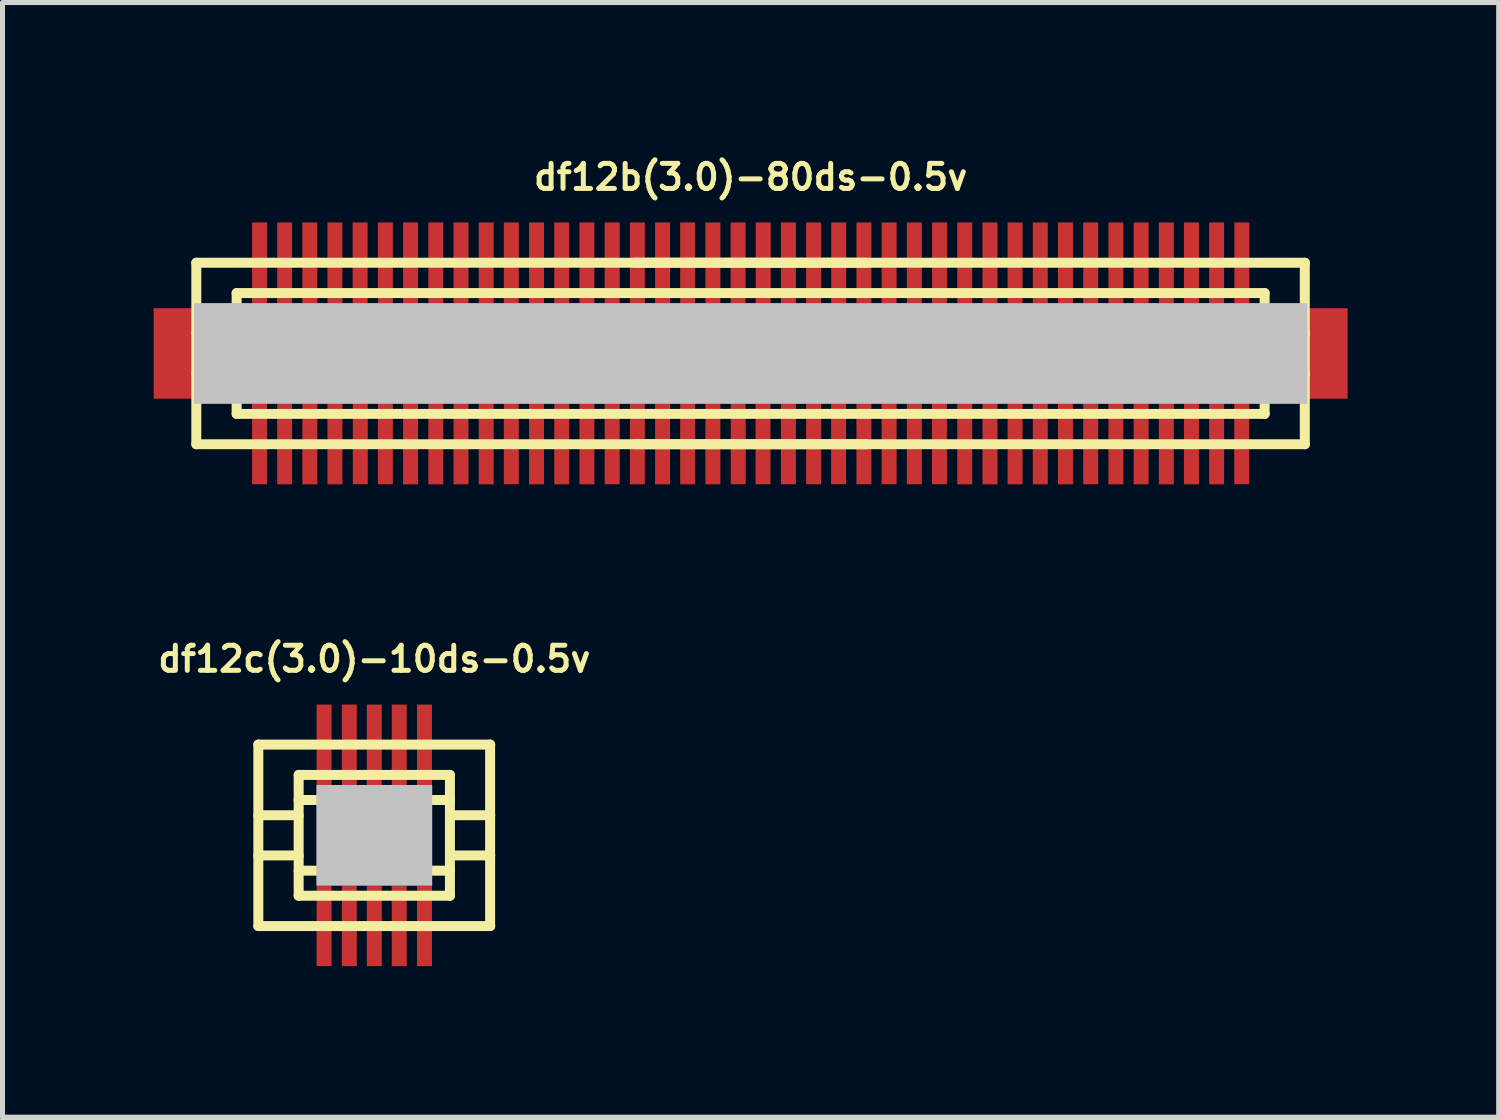
<source format=kicad_pcb>
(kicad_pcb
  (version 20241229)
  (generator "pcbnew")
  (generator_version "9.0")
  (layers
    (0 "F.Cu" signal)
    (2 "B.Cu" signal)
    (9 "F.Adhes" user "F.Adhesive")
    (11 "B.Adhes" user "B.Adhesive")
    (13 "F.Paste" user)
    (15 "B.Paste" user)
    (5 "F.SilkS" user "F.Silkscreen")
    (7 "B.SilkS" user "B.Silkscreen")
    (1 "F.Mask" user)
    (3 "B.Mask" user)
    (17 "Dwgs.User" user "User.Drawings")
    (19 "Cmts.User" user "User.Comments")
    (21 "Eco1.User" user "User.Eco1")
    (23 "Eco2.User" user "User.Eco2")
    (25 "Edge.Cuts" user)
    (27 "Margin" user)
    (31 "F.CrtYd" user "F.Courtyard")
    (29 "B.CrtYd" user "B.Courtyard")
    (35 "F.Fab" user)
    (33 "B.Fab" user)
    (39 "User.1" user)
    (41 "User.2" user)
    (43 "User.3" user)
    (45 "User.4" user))
  (footprint "df12b(3.0)-80ds-0.5v"
    (layer "F.Cu")
    (at 11.847 3.965)
    (property "Reference" "df12b(3.0)-80ds-0.5v" (at 0 -3.5 0) (layer "F.SilkS") (effects (font (size 0.498 0.498) (thickness 0.099))))
    (attr smd)
    (fp_line (start -11.001 -1.801) (end 11.001 -1.801) (stroke (width 0.198) (type solid)) (layer "F.SilkS"))
    (fp_line (start -11.001 1.801) (end -11.001 -1.801) (stroke (width 0.198) (type solid)) (layer "F.SilkS"))
    (fp_line (start -10.201 -0.399) (end -11.001 -0.399) (stroke (width 0.198) (type solid)) (layer "F.SilkS"))
    (fp_line (start -10.201 0.399) (end -11.001 0.399) (stroke (width 0.198) (type solid)) (layer "F.SilkS"))
    (fp_line (start -10.201 0.701) (end 10.201 0.701) (stroke (width 0.198) (type solid)) (layer "F.SilkS"))
    (fp_line (start -10.201 1.199) (end -10.201 -1.199) (stroke (width 0.198) (type solid)) (layer "F.SilkS"))
    (fp_line (start -10.201 1.199) (end 10.201 1.199) (stroke (width 0.198) (type solid)) (layer "F.SilkS"))
    (fp_line (start -2.301 -1.801) (end 2.301 -1.801) (stroke (width 0.198) (type solid)) (layer "F.SilkS"))
    (fp_line (start 2.301 1.801) (end -2.301 1.801) (stroke (width 0.198) (type solid)) (layer "F.SilkS"))
    (fp_line (start 10.201 -1.199) (end -10.201 -1.199) (stroke (width 0.198) (type solid)) (layer "F.SilkS"))
    (fp_line (start 10.201 -1.199) (end 10.201 1.199) (stroke (width 0.198) (type solid)) (layer "F.SilkS"))
    (fp_line (start 10.201 -0.701) (end -10.201 -0.701) (stroke (width 0.198) (type solid)) (layer "F.SilkS"))
    (fp_line (start 10.201 -0.399) (end 11.001 -0.399) (stroke (width 0.198) (type solid)) (layer "F.SilkS"))
    (fp_line (start 10.998 -1.801) (end 10.998 1.801) (stroke (width 0.198) (type solid)) (layer "F.SilkS"))
    (fp_line (start 11.001 0.399) (end 10.201 0.399) (stroke (width 0.198) (type solid)) (layer "F.SilkS"))
    (fp_line (start 11.001 1.801) (end -11.001 1.801) (stroke (width 0.198) (type solid)) (layer "F.SilkS"))
    (pad "" smd rect (at -11.448 0) (size 0.798 1.796) (layers "F.Cu" "F.Mask" "F.Paste"))
    (pad "" smd rect (at 0 0) (size 22.098 1.999) (layers "Dwgs.User"))
    (pad "" smd rect (at 11.448 0) (size 0.798 1.796) (layers "F.Cu" "F.Mask" "F.Paste"))
    (pad "1" smd rect (at -9.746 1.796) (size 0.297 1.598) (layers "F.Cu" "F.Mask" "F.Paste"))
    (pad "2" smd rect (at -9.248 1.798) (size 0.297 1.598) (layers "F.Cu" "F.Mask" "F.Paste"))
    (pad "3" smd rect (at -8.748 1.798) (size 0.297 1.598) (layers "F.Cu" "F.Mask" "F.Paste"))
    (pad "4" smd rect (at -8.25 1.798) (size 0.297 1.598) (layers "F.Cu" "F.Mask" "F.Paste"))
    (pad "5" smd rect (at -7.747 1.796) (size 0.297 1.598) (layers "F.Cu" "F.Mask" "F.Paste"))
    (pad "6" smd rect (at -7.249 1.796) (size 0.297 1.598) (layers "F.Cu" "F.Mask" "F.Paste"))
    (pad "7" smd rect (at -6.749 1.798) (size 0.297 1.598) (layers "F.Cu" "F.Mask" "F.Paste"))
    (pad "8" smd rect (at -6.248 1.798) (size 0.297 1.598) (layers "F.Cu" "F.Mask" "F.Paste"))
    (pad "9" smd rect (at -5.748 1.798) (size 0.297 1.598) (layers "F.Cu" "F.Mask" "F.Paste"))
    (pad "10" smd rect (at -5.248 1.798) (size 0.297 1.598) (layers "F.Cu" "F.Mask" "F.Paste"))
    (pad "11" smd rect (at -4.75 1.796) (size 0.297 1.598) (layers "F.Cu" "F.Mask" "F.Paste"))
    (pad "12" smd rect (at -4.249 1.798) (size 0.297 1.598) (layers "F.Cu" "F.Mask" "F.Paste"))
    (pad "13" smd rect (at -3.749 1.798) (size 0.297 1.598) (layers "F.Cu" "F.Mask" "F.Paste"))
    (pad "14" smd rect (at -3.249 1.798) (size 0.297 1.598) (layers "F.Cu" "F.Mask" "F.Paste"))
    (pad "15" smd rect (at -2.748 1.796) (size 0.297 1.598) (layers "F.Cu" "F.Mask" "F.Paste"))
    (pad "16" smd rect (at -2.248 1.798) (size 0.297 1.598) (layers "F.Cu" "F.Mask" "F.Paste"))
    (pad "17" smd rect (at -1.748 1.798) (size 0.297 1.598) (layers "F.Cu" "F.Mask" "F.Paste"))
    (pad "18" smd rect (at -1.25 1.798) (size 0.297 1.598) (layers "F.Cu" "F.Mask" "F.Paste"))
    (pad "19" smd rect (at -0.749 1.798) (size 0.297 1.598) (layers "F.Cu" "F.Mask" "F.Paste"))
    (pad "20" smd rect (at -0.246 1.796) (size 0.297 1.598) (layers "F.Cu" "F.Mask" "F.Paste"))
    (pad "21" smd rect (at 0.246 1.796) (size 0.297 1.598) (layers "F.Cu" "F.Mask" "F.Paste"))
    (pad "22" smd rect (at 0.749 1.796) (size 0.297 1.598) (layers "F.Cu" "F.Mask" "F.Paste"))
    (pad "23" smd rect (at 1.25 1.796) (size 0.297 1.598) (layers "F.Cu" "F.Mask" "F.Paste"))
    (pad "24" smd rect (at 1.745 1.796) (size 0.297 1.598) (layers "F.Cu" "F.Mask" "F.Paste"))
    (pad "25" smd rect (at 2.248 1.796) (size 0.297 1.598) (layers "F.Cu" "F.Mask" "F.Paste"))
    (pad "26" smd rect (at 2.748 1.796) (size 0.297 1.598) (layers "F.Cu" "F.Mask" "F.Paste"))
    (pad "27" smd rect (at 3.249 1.796) (size 0.297 1.598) (layers "F.Cu" "F.Mask" "F.Paste"))
    (pad "28" smd rect (at 3.747 1.796) (size 0.297 1.598) (layers "F.Cu" "F.Mask" "F.Paste"))
    (pad "29" smd rect (at 4.249 1.798) (size 0.297 1.598) (layers "F.Cu" "F.Mask" "F.Paste"))
    (pad "30" smd rect (at 4.75 1.798) (size 0.297 1.598) (layers "F.Cu" "F.Mask" "F.Paste"))
    (pad "31" smd rect (at 5.248 1.798) (size 0.297 1.598) (layers "F.Cu" "F.Mask" "F.Paste"))
    (pad "32" smd rect (at 5.748 1.798) (size 0.297 1.598) (layers "F.Cu" "F.Mask" "F.Paste"))
    (pad "33" smd rect (at 6.248 1.798) (size 0.297 1.598) (layers "F.Cu" "F.Mask" "F.Paste"))
    (pad "34" smd rect (at 6.749 1.796) (size 0.297 1.598) (layers "F.Cu" "F.Mask" "F.Paste"))
    (pad "35" smd rect (at 7.249 1.798) (size 0.297 1.598) (layers "F.Cu" "F.Mask" "F.Paste"))
    (pad "36" smd rect (at 7.75 1.798) (size 0.297 1.598) (layers "F.Cu" "F.Mask" "F.Paste"))
    (pad "37" smd rect (at 8.25 1.798) (size 0.297 1.598) (layers "F.Cu" "F.Mask" "F.Paste"))
    (pad "38" smd rect (at 8.748 1.798) (size 0.297 1.598) (layers "F.Cu" "F.Mask" "F.Paste"))
    (pad "39" smd rect (at 9.248 1.798) (size 0.297 1.598) (layers "F.Cu" "F.Mask" "F.Paste"))
    (pad "40" smd rect (at 9.746 1.796) (size 0.297 1.598) (layers "F.Cu" "F.Mask" "F.Paste"))
    (pad "41" smd rect (at 9.749 -1.801) (size 0.297 1.598) (layers "F.Cu" "F.Mask" "F.Paste"))
    (pad "42" smd rect (at 9.248 -1.801) (size 0.297 1.598) (layers "F.Cu" "F.Mask" "F.Paste"))
    (pad "43" smd rect (at 8.748 -1.801) (size 0.297 1.598) (layers "F.Cu" "F.Mask" "F.Paste"))
    (pad "44" smd rect (at 8.25 -1.801) (size 0.297 1.598) (layers "F.Cu" "F.Mask" "F.Paste"))
    (pad "45" smd rect (at 7.75 -1.801) (size 0.297 1.598) (layers "F.Cu" "F.Mask" "F.Paste"))
    (pad "46" smd rect (at 7.249 -1.801) (size 0.297 1.598) (layers "F.Cu" "F.Mask" "F.Paste"))
    (pad "47" smd rect (at 6.749 -1.801) (size 0.297 1.598) (layers "F.Cu" "F.Mask" "F.Paste"))
    (pad "48" smd rect (at 6.248 -1.801) (size 0.297 1.598) (layers "F.Cu" "F.Mask" "F.Paste"))
    (pad "49" smd rect (at 5.748 -1.801) (size 0.297 1.598) (layers "F.Cu" "F.Mask" "F.Paste"))
    (pad "50" smd rect (at 5.248 -1.801) (size 0.297 1.598) (layers "F.Cu" "F.Mask" "F.Paste"))
    (pad "51" smd rect (at 4.75 -1.801) (size 0.297 1.598) (layers "F.Cu" "F.Mask" "F.Paste"))
    (pad "52" smd rect (at 4.249 -1.801) (size 0.297 1.598) (layers "F.Cu" "F.Mask" "F.Paste"))
    (pad "53" smd rect (at 3.749 -1.801) (size 0.297 1.598) (layers "F.Cu" "F.Mask" "F.Paste"))
    (pad "54" smd rect (at 3.249 -1.801) (size 0.297 1.598) (layers "F.Cu" "F.Mask" "F.Paste"))
    (pad "55" smd rect (at 2.748 -1.801) (size 0.297 1.598) (layers "F.Cu" "F.Mask" "F.Paste"))
    (pad "56" smd rect (at 2.248 -1.801) (size 0.297 1.598) (layers "F.Cu" "F.Mask" "F.Paste"))
    (pad "57" smd rect (at 1.748 -1.801) (size 0.297 1.598) (layers "F.Cu" "F.Mask" "F.Paste"))
    (pad "58" smd rect (at 1.25 -1.801) (size 0.297 1.598) (layers "F.Cu" "F.Mask" "F.Paste"))
    (pad "59" smd rect (at 0.749 -1.801) (size 0.297 1.598) (layers "F.Cu" "F.Mask" "F.Paste"))
    (pad "60" smd rect (at 0.249 -1.801) (size 0.297 1.598) (layers "F.Cu" "F.Mask" "F.Paste"))
    (pad "61" smd rect (at -0.249 -1.801) (size 0.297 1.598) (layers "F.Cu" "F.Mask" "F.Paste"))
    (pad "62" smd rect (at -0.749 -1.801) (size 0.297 1.598) (layers "F.Cu" "F.Mask" "F.Paste"))
    (pad "63" smd rect (at -1.25 -1.801) (size 0.297 1.598) (layers "F.Cu" "F.Mask" "F.Paste"))
    (pad "64" smd rect (at -1.748 -1.801) (size 0.297 1.598) (layers "F.Cu" "F.Mask" "F.Paste"))
    (pad "65" smd rect (at -2.248 -1.801) (size 0.297 1.598) (layers "F.Cu" "F.Mask" "F.Paste"))
    (pad "66" smd rect (at -2.748 -1.801) (size 0.297 1.598) (layers "F.Cu" "F.Mask" "F.Paste"))
    (pad "67" smd rect (at -3.249 -1.801) (size 0.297 1.598) (layers "F.Cu" "F.Mask" "F.Paste"))
    (pad "68" smd rect (at -3.749 -1.801) (size 0.297 1.598) (layers "F.Cu" "F.Mask" "F.Paste"))
    (pad "69" smd rect (at -4.249 -1.801) (size 0.297 1.598) (layers "F.Cu" "F.Mask" "F.Paste"))
    (pad "70" smd rect (at -4.75 -1.801) (size 0.297 1.598) (layers "F.Cu" "F.Mask" "F.Paste"))
    (pad "71" smd rect (at -5.248 -1.801) (size 0.297 1.598) (layers "F.Cu" "F.Mask" "F.Paste"))
    (pad "72" smd rect (at -5.748 -1.801) (size 0.297 1.598) (layers "F.Cu" "F.Mask" "F.Paste"))
    (pad "73" smd rect (at -6.248 -1.801) (size 0.297 1.598) (layers "F.Cu" "F.Mask" "F.Paste"))
    (pad "74" smd rect (at -6.749 -1.801) (size 0.297 1.598) (layers "F.Cu" "F.Mask" "F.Paste"))
    (pad "75" smd rect (at -7.249 -1.801) (size 0.297 1.598) (layers "F.Cu" "F.Mask" "F.Paste"))
    (pad "76" smd rect (at -7.75 -1.801) (size 0.297 1.598) (layers "F.Cu" "F.Mask" "F.Paste"))
    (pad "77" smd rect (at -8.25 -1.801) (size 0.297 1.598) (layers "F.Cu" "F.Mask" "F.Paste"))
    (pad "78" smd rect (at -8.748 -1.801) (size 0.297 1.598) (layers "F.Cu" "F.Mask" "F.Paste"))
    (pad "79" smd rect (at -9.248 -1.801) (size 0.297 1.598) (layers "F.Cu" "F.Mask" "F.Paste"))
    (pad "80" smd rect (at -9.746 -1.801) (size 0.297 1.598) (layers "F.Cu" "F.Mask" "F.Paste")))
  (footprint "df12c(3.0)-10ds-0.5v"
    (layer "F.Cu")
    (at 4.378 13.528)
    (property "Reference" "df12c(3.0)-10ds-0.5v" (at 0 -3.5 0) (layer "F.SilkS") (effects (font (size 0.498 0.498) (thickness 0.099))))
    (attr smd)
    (fp_line (start -2.301 -1.801) (end 2.301 -1.801) (stroke (width 0.198) (type solid)) (layer "F.SilkS"))
    (fp_line (start -2.301 1.801) (end -2.301 -1.801) (stroke (width 0.198) (type solid)) (layer "F.SilkS"))
    (fp_line (start -1.501 -1.199) (end 1.501 -1.199) (stroke (width 0.198) (type solid)) (layer "F.SilkS"))
    (fp_line (start -1.501 -0.701) (end 1.501 -0.701) (stroke (width 0.198) (type solid)) (layer "F.SilkS"))
    (fp_line (start -1.501 -0.399) (end -2.301 -0.399) (stroke (width 0.198) (type solid)) (layer "F.SilkS"))
    (fp_line (start -1.501 0.399) (end -2.301 0.399) (stroke (width 0.198) (type solid)) (layer "F.SilkS"))
    (fp_line (start -1.501 1.199) (end -1.501 -1.199) (stroke (width 0.198) (type solid)) (layer "F.SilkS"))
    (fp_line (start 1.501 -1.199) (end 1.501 1.199) (stroke (width 0.198) (type solid)) (layer "F.SilkS"))
    (fp_line (start 1.501 -0.399) (end 2.301 -0.399) (stroke (width 0.198) (type solid)) (layer "F.SilkS"))
    (fp_line (start 1.501 0.701) (end -1.501 0.701) (stroke (width 0.198) (type solid)) (layer "F.SilkS"))
    (fp_line (start 1.501 1.199) (end -1.501 1.199) (stroke (width 0.198) (type solid)) (layer "F.SilkS"))
    (fp_line (start 2.299 -1.801) (end 2.299 1.801) (stroke (width 0.198) (type solid)) (layer "F.SilkS"))
    (fp_line (start 2.301 0.399) (end 1.501 0.399) (stroke (width 0.198) (type solid)) (layer "F.SilkS"))
    (fp_line (start 2.301 1.801) (end -2.301 1.801) (stroke (width 0.198) (type solid)) (layer "F.SilkS"))
    (pad "" smd rect (at 0 0) (size 2.299 1.999) (layers "Dwgs.User"))
    (pad "1" smd rect (at -0.996 1.796) (size 0.297 1.598) (layers "F.Cu" "F.Mask" "F.Paste"))
    (pad "2" smd rect (at -0.495 1.796) (size 0.297 1.598) (layers "F.Cu" "F.Mask" "F.Paste"))
    (pad "3" smd rect (at 0 1.796) (size 0.297 1.598) (layers "F.Cu" "F.Mask" "F.Paste"))
    (pad "4" smd rect (at 0.495 1.796) (size 0.297 1.598) (layers "F.Cu" "F.Mask" "F.Paste"))
    (pad "5" smd rect (at 0.996 1.796) (size 0.297 1.598) (layers "F.Cu" "F.Mask" "F.Paste"))
    (pad "6" smd rect (at 0.996 -1.796) (size 0.297 1.598) (layers "F.Cu" "F.Mask" "F.Paste"))
    (pad "7" smd rect (at 0.495 -1.796) (size 0.297 1.598) (layers "F.Cu" "F.Mask" "F.Paste"))
    (pad "8" smd rect (at 0 -1.796) (size 0.297 1.598) (layers "F.Cu" "F.Mask" "F.Paste"))
    (pad "9" smd rect (at -0.495 -1.796) (size 0.297 1.598) (layers "F.Cu" "F.Mask" "F.Paste"))
    (pad "10" smd rect (at -0.996 -1.796) (size 0.297 1.598) (layers "F.Cu" "F.Mask" "F.Paste")))
  (gr_rect
    (start -3 -3)
    (end 26.693 19.122)
    (stroke (width 0.1) (type default))
    (fill no)
    (layer "Edge.Cuts")))
</source>
